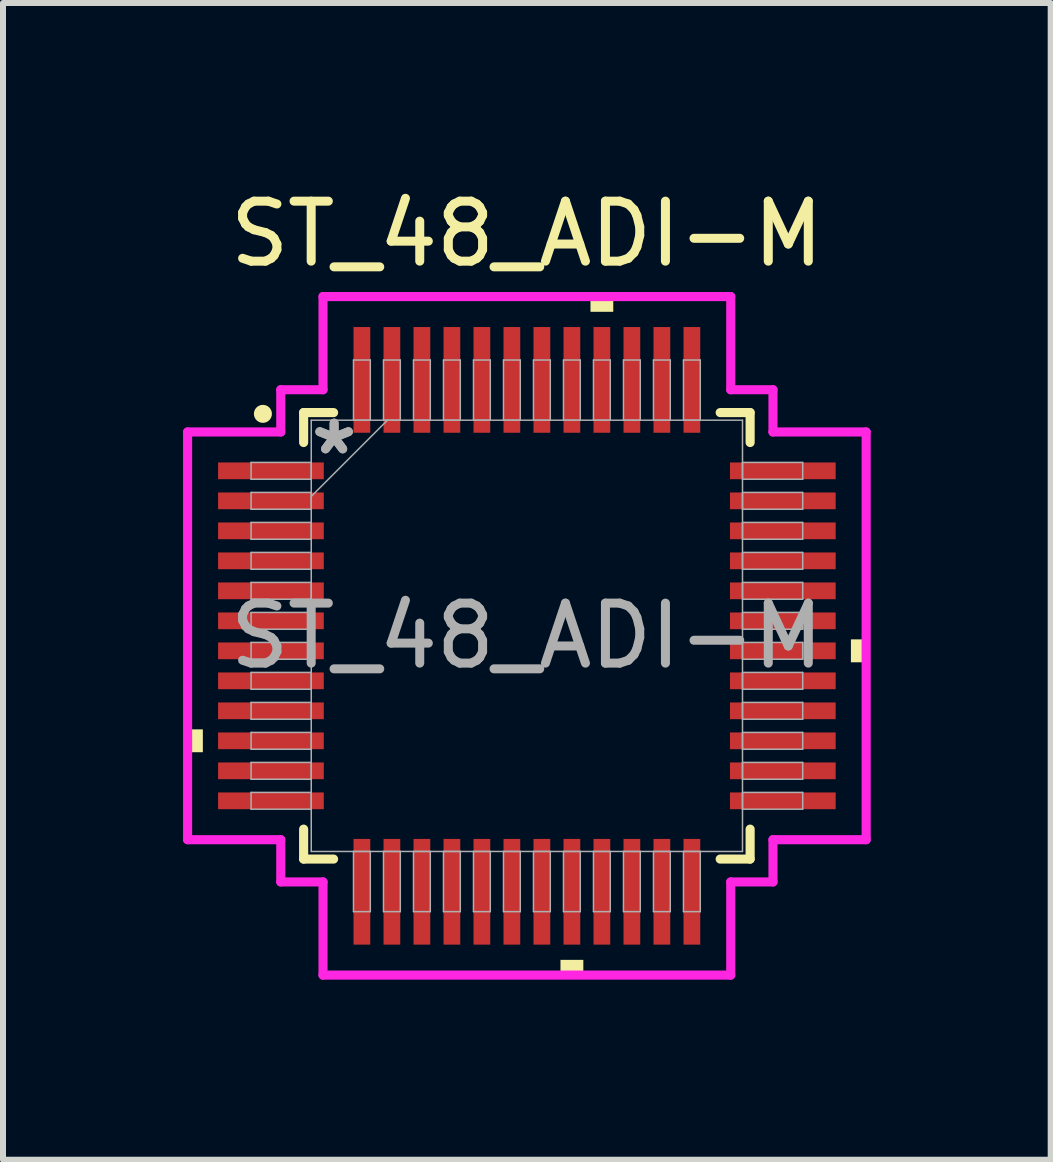
<source format=kicad_pcb>
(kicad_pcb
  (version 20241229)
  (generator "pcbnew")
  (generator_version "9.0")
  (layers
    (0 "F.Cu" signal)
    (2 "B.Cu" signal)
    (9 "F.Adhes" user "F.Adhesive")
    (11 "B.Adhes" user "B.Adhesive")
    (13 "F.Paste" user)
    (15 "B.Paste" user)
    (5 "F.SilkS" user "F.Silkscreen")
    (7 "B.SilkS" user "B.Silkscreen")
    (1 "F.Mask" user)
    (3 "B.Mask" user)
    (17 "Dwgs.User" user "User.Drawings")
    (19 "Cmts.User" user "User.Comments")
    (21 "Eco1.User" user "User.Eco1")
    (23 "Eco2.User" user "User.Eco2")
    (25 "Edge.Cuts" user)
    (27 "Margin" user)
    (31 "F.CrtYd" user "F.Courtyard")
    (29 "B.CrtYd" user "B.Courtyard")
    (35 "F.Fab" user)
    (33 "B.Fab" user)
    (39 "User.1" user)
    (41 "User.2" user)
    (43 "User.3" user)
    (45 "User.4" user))
  (footprint "ST_48_ADI-M"
    (layer "F.Cu")
    (at 5.732 7.548)
    (property "Reference" "ST_48_ADI-M" (at 0 -6.7 0) (unlocked yes) (layer "F.SilkS") (effects (font (size 1 1) (thickness 0.15))))
    (attr smd)
    (fp_line (start -3.721 -3.721) (end -3.721 -3.222) (stroke (width 0.152) (type solid)) (layer "F.SilkS"))
    (fp_line (start -3.721 3.222) (end -3.721 3.721) (stroke (width 0.152) (type solid)) (layer "F.SilkS"))
    (fp_line (start -3.721 3.721) (end -3.222 3.721) (stroke (width 0.152) (type solid)) (layer "F.SilkS"))
    (fp_line (start -3.222 -3.721) (end -3.721 -3.721) (stroke (width 0.152) (type solid)) (layer "F.SilkS"))
    (fp_line (start 3.222 3.721) (end 3.721 3.721) (stroke (width 0.152) (type solid)) (layer "F.SilkS"))
    (fp_line (start 3.721 -3.721) (end 3.222 -3.721) (stroke (width 0.152) (type solid)) (layer "F.SilkS"))
    (fp_line (start 3.721 -3.222) (end 3.721 -3.721) (stroke (width 0.152) (type solid)) (layer "F.SilkS"))
    (fp_line (start 3.721 3.721) (end 3.721 3.222) (stroke (width 0.152) (type solid)) (layer "F.SilkS"))
    (fp_circle (center -4.4 -3.7) (end -4.3 -3.7) (stroke (width 0.1) (type solid)) (fill yes) (layer "F.SilkS"))
    (fp_poly (pts (xy -5.655 1.559) (xy -5.655 1.94) (xy -5.401 1.94) (xy -5.401 1.559)) (stroke (width 0) (type solid)) (fill yes) (layer "F.SilkS"))
    (fp_poly (pts (xy 0.56 5.401) (xy 0.56 5.655) (xy 0.941 5.655) (xy 0.941 5.401)) (stroke (width 0) (type solid)) (fill yes) (layer "F.SilkS"))
    (fp_poly (pts (xy 1.06 -5.401) (xy 1.06 -5.655) (xy 1.44 -5.655) (xy 1.44 -5.401)) (stroke (width 0) (type solid)) (fill yes) (layer "F.SilkS"))
    (fp_poly (pts (xy 5.655 0.059) (xy 5.655 0.441) (xy 5.401 0.441) (xy 5.401 0.059)) (stroke (width 0) (type solid)) (fill yes) (layer "F.SilkS"))
    (fp_line (start -5.655 -3.398) (end -4.102 -3.398) (stroke (width 0.152) (type solid)) (layer "F.CrtYd"))
    (fp_line (start -5.655 3.398) (end -5.655 -3.398) (stroke (width 0.152) (type solid)) (layer "F.CrtYd"))
    (fp_line (start -4.102 -4.102) (end -3.398 -4.102) (stroke (width 0.152) (type solid)) (layer "F.CrtYd"))
    (fp_line (start -4.102 -3.398) (end -4.102 -4.102) (stroke (width 0.152) (type solid)) (layer "F.CrtYd"))
    (fp_line (start -4.102 3.398) (end -5.655 3.398) (stroke (width 0.152) (type solid)) (layer "F.CrtYd"))
    (fp_line (start -4.102 4.102) (end -4.102 3.398) (stroke (width 0.152) (type solid)) (layer "F.CrtYd"))
    (fp_line (start -4.102 4.102) (end -3.398 4.102) (stroke (width 0.152) (type solid)) (layer "F.CrtYd"))
    (fp_line (start -3.398 -5.655) (end 3.398 -5.655) (stroke (width 0.152) (type solid)) (layer "F.CrtYd"))
    (fp_line (start -3.398 -4.102) (end -3.398 -5.655) (stroke (width 0.152) (type solid)) (layer "F.CrtYd"))
    (fp_line (start -3.398 4.102) (end -3.398 5.655) (stroke (width 0.152) (type solid)) (layer "F.CrtYd"))
    (fp_line (start -3.398 5.655) (end 3.398 5.655) (stroke (width 0.152) (type solid)) (layer "F.CrtYd"))
    (fp_line (start 3.398 -5.655) (end 3.398 -4.102) (stroke (width 0.152) (type solid)) (layer "F.CrtYd"))
    (fp_line (start 3.398 -4.102) (end 4.102 -4.102) (stroke (width 0.152) (type solid)) (layer "F.CrtYd"))
    (fp_line (start 3.398 4.102) (end 4.102 4.102) (stroke (width 0.152) (type solid)) (layer "F.CrtYd"))
    (fp_line (start 3.398 5.655) (end 3.398 4.102) (stroke (width 0.152) (type solid)) (layer "F.CrtYd"))
    (fp_line (start 4.102 -3.398) (end 4.102 -4.102) (stroke (width 0.152) (type solid)) (layer "F.CrtYd"))
    (fp_line (start 4.102 3.398) (end 5.655 3.398) (stroke (width 0.152) (type solid)) (layer "F.CrtYd"))
    (fp_line (start 4.102 4.102) (end 4.102 3.398) (stroke (width 0.152) (type solid)) (layer "F.CrtYd"))
    (fp_line (start 5.655 -3.398) (end 4.102 -3.398) (stroke (width 0.152) (type solid)) (layer "F.CrtYd"))
    (fp_line (start 5.655 3.398) (end 5.655 -3.398) (stroke (width 0.152) (type solid)) (layer "F.CrtYd"))
    (fp_line (start -4.597 -2.89) (end -4.597 -2.61) (stroke (width 0.025) (type solid)) (layer "F.Fab"))
    (fp_line (start -4.597 -2.61) (end -3.594 -2.61) (stroke (width 0.025) (type solid)) (layer "F.Fab"))
    (fp_line (start -4.597 -2.39) (end -4.597 -2.11) (stroke (width 0.025) (type solid)) (layer "F.Fab"))
    (fp_line (start -4.597 -2.11) (end -3.594 -2.11) (stroke (width 0.025) (type solid)) (layer "F.Fab"))
    (fp_line (start -4.597 -1.89) (end -4.597 -1.61) (stroke (width 0.025) (type solid)) (layer "F.Fab"))
    (fp_line (start -4.597 -1.61) (end -3.594 -1.61) (stroke (width 0.025) (type solid)) (layer "F.Fab"))
    (fp_line (start -4.597 -1.39) (end -4.597 -1.11) (stroke (width 0.025) (type solid)) (layer "F.Fab"))
    (fp_line (start -4.597 -1.11) (end -3.594 -1.11) (stroke (width 0.025) (type solid)) (layer "F.Fab"))
    (fp_line (start -4.597 -0.89) (end -4.597 -0.61) (stroke (width 0.025) (type solid)) (layer "F.Fab"))
    (fp_line (start -4.597 -0.61) (end -3.594 -0.61) (stroke (width 0.025) (type solid)) (layer "F.Fab"))
    (fp_line (start -4.597 -0.39) (end -4.597 -0.11) (stroke (width 0.025) (type solid)) (layer "F.Fab"))
    (fp_line (start -4.597 -0.11) (end -3.594 -0.11) (stroke (width 0.025) (type solid)) (layer "F.Fab"))
    (fp_line (start -4.597 0.11) (end -4.597 0.39) (stroke (width 0.025) (type solid)) (layer "F.Fab"))
    (fp_line (start -4.597 0.39) (end -3.594 0.39) (stroke (width 0.025) (type solid)) (layer "F.Fab"))
    (fp_line (start -4.597 0.61) (end -4.597 0.89) (stroke (width 0.025) (type solid)) (layer "F.Fab"))
    (fp_line (start -4.597 0.89) (end -3.594 0.89) (stroke (width 0.025) (type solid)) (layer "F.Fab"))
    (fp_line (start -4.597 1.11) (end -4.597 1.39) (stroke (width 0.025) (type solid)) (layer "F.Fab"))
    (fp_line (start -4.597 1.39) (end -3.594 1.39) (stroke (width 0.025) (type solid)) (layer "F.Fab"))
    (fp_line (start -4.597 1.61) (end -4.597 1.89) (stroke (width 0.025) (type solid)) (layer "F.Fab"))
    (fp_line (start -4.597 1.89) (end -3.594 1.89) (stroke (width 0.025) (type solid)) (layer "F.Fab"))
    (fp_line (start -4.597 2.11) (end -4.597 2.39) (stroke (width 0.025) (type solid)) (layer "F.Fab"))
    (fp_line (start -4.597 2.39) (end -3.594 2.39) (stroke (width 0.025) (type solid)) (layer "F.Fab"))
    (fp_line (start -4.597 2.61) (end -4.597 2.89) (stroke (width 0.025) (type solid)) (layer "F.Fab"))
    (fp_line (start -4.597 2.89) (end -3.594 2.89) (stroke (width 0.025) (type solid)) (layer "F.Fab"))
    (fp_line (start -3.594 -3.594) (end -3.594 3.594) (stroke (width 0.025) (type solid)) (layer "F.Fab"))
    (fp_line (start -3.594 -2.89) (end -4.597 -2.89) (stroke (width 0.025) (type solid)) (layer "F.Fab"))
    (fp_line (start -3.594 -2.61) (end -3.594 -2.89) (stroke (width 0.025) (type solid)) (layer "F.Fab"))
    (fp_line (start -3.594 -2.39) (end -4.597 -2.39) (stroke (width 0.025) (type solid)) (layer "F.Fab"))
    (fp_line (start -3.594 -2.324) (end -2.324 -3.594) (stroke (width 0.025) (type solid)) (layer "F.Fab"))
    (fp_line (start -3.594 -2.11) (end -3.594 -2.39) (stroke (width 0.025) (type solid)) (layer "F.Fab"))
    (fp_line (start -3.594 -1.89) (end -4.597 -1.89) (stroke (width 0.025) (type solid)) (layer "F.Fab"))
    (fp_line (start -3.594 -1.61) (end -3.594 -1.89) (stroke (width 0.025) (type solid)) (layer "F.Fab"))
    (fp_line (start -3.594 -1.39) (end -4.597 -1.39) (stroke (width 0.025) (type solid)) (layer "F.Fab"))
    (fp_line (start -3.594 -1.11) (end -3.594 -1.39) (stroke (width 0.025) (type solid)) (layer "F.Fab"))
    (fp_line (start -3.594 -0.89) (end -4.597 -0.89) (stroke (width 0.025) (type solid)) (layer "F.Fab"))
    (fp_line (start -3.594 -0.61) (end -3.594 -0.89) (stroke (width 0.025) (type solid)) (layer "F.Fab"))
    (fp_line (start -3.594 -0.39) (end -4.597 -0.39) (stroke (width 0.025) (type solid)) (layer "F.Fab"))
    (fp_line (start -3.594 -0.11) (end -3.594 -0.39) (stroke (width 0.025) (type solid)) (layer "F.Fab"))
    (fp_line (start -3.594 0.11) (end -4.597 0.11) (stroke (width 0.025) (type solid)) (layer "F.Fab"))
    (fp_line (start -3.594 0.39) (end -3.594 0.11) (stroke (width 0.025) (type solid)) (layer "F.Fab"))
    (fp_line (start -3.594 0.61) (end -4.597 0.61) (stroke (width 0.025) (type solid)) (layer "F.Fab"))
    (fp_line (start -3.594 0.89) (end -3.594 0.61) (stroke (width 0.025) (type solid)) (layer "F.Fab"))
    (fp_line (start -3.594 1.11) (end -4.597 1.11) (stroke (width 0.025) (type solid)) (layer "F.Fab"))
    (fp_line (start -3.594 1.39) (end -3.594 1.11) (stroke (width 0.025) (type solid)) (layer "F.Fab"))
    (fp_line (start -3.594 1.61) (end -4.597 1.61) (stroke (width 0.025) (type solid)) (layer "F.Fab"))
    (fp_line (start -3.594 1.89) (end -3.594 1.61) (stroke (width 0.025) (type solid)) (layer "F.Fab"))
    (fp_line (start -3.594 2.11) (end -4.597 2.11) (stroke (width 0.025) (type solid)) (layer "F.Fab"))
    (fp_line (start -3.594 2.39) (end -3.594 2.11) (stroke (width 0.025) (type solid)) (layer "F.Fab"))
    (fp_line (start -3.594 2.61) (end -4.597 2.61) (stroke (width 0.025) (type solid)) (layer "F.Fab"))
    (fp_line (start -3.594 2.89) (end -3.594 2.61) (stroke (width 0.025) (type solid)) (layer "F.Fab"))
    (fp_line (start -3.594 3.594) (end 3.594 3.594) (stroke (width 0.025) (type solid)) (layer "F.Fab"))
    (fp_line (start -2.89 -4.597) (end -2.89 -3.594) (stroke (width 0.025) (type solid)) (layer "F.Fab"))
    (fp_line (start -2.89 -3.594) (end -2.61 -3.594) (stroke (width 0.025) (type solid)) (layer "F.Fab"))
    (fp_line (start -2.89 3.594) (end -2.89 4.597) (stroke (width 0.025) (type solid)) (layer "F.Fab"))
    (fp_line (start -2.89 4.597) (end -2.61 4.597) (stroke (width 0.025) (type solid)) (layer "F.Fab"))
    (fp_line (start -2.61 -4.597) (end -2.89 -4.597) (stroke (width 0.025) (type solid)) (layer "F.Fab"))
    (fp_line (start -2.61 -3.594) (end -2.61 -4.597) (stroke (width 0.025) (type solid)) (layer "F.Fab"))
    (fp_line (start -2.61 3.594) (end -2.89 3.594) (stroke (width 0.025) (type solid)) (layer "F.Fab"))
    (fp_line (start -2.61 4.597) (end -2.61 3.594) (stroke (width 0.025) (type solid)) (layer "F.Fab"))
    (fp_line (start -2.39 -4.597) (end -2.39 -3.594) (stroke (width 0.025) (type solid)) (layer "F.Fab"))
    (fp_line (start -2.39 -3.594) (end -2.11 -3.594) (stroke (width 0.025) (type solid)) (layer "F.Fab"))
    (fp_line (start -2.39 3.594) (end -2.39 4.597) (stroke (width 0.025) (type solid)) (layer "F.Fab"))
    (fp_line (start -2.39 4.597) (end -2.11 4.597) (stroke (width 0.025) (type solid)) (layer "F.Fab"))
    (fp_line (start -2.11 -4.597) (end -2.39 -4.597) (stroke (width 0.025) (type solid)) (layer "F.Fab"))
    (fp_line (start -2.11 -3.594) (end -2.11 -4.597) (stroke (width 0.025) (type solid)) (layer "F.Fab"))
    (fp_line (start -2.11 3.594) (end -2.39 3.594) (stroke (width 0.025) (type solid)) (layer "F.Fab"))
    (fp_line (start -2.11 4.597) (end -2.11 3.594) (stroke (width 0.025) (type solid)) (layer "F.Fab"))
    (fp_line (start -1.89 -4.597) (end -1.89 -3.594) (stroke (width 0.025) (type solid)) (layer "F.Fab"))
    (fp_line (start -1.89 -3.594) (end -1.61 -3.594) (stroke (width 0.025) (type solid)) (layer "F.Fab"))
    (fp_line (start -1.89 3.594) (end -1.89 4.597) (stroke (width 0.025) (type solid)) (layer "F.Fab"))
    (fp_line (start -1.89 4.597) (end -1.61 4.597) (stroke (width 0.025) (type solid)) (layer "F.Fab"))
    (fp_line (start -1.61 -4.597) (end -1.89 -4.597) (stroke (width 0.025) (type solid)) (layer "F.Fab"))
    (fp_line (start -1.61 -3.594) (end -1.61 -4.597) (stroke (width 0.025) (type solid)) (layer "F.Fab"))
    (fp_line (start -1.61 3.594) (end -1.89 3.594) (stroke (width 0.025) (type solid)) (layer "F.Fab"))
    (fp_line (start -1.61 4.597) (end -1.61 3.594) (stroke (width 0.025) (type solid)) (layer "F.Fab"))
    (fp_line (start -1.39 -4.597) (end -1.39 -3.594) (stroke (width 0.025) (type solid)) (layer "F.Fab"))
    (fp_line (start -1.39 -3.594) (end -1.11 -3.594) (stroke (width 0.025) (type solid)) (layer "F.Fab"))
    (fp_line (start -1.39 3.594) (end -1.39 4.597) (stroke (width 0.025) (type solid)) (layer "F.Fab"))
    (fp_line (start -1.39 4.597) (end -1.11 4.597) (stroke (width 0.025) (type solid)) (layer "F.Fab"))
    (fp_line (start -1.11 -4.597) (end -1.39 -4.597) (stroke (width 0.025) (type solid)) (layer "F.Fab"))
    (fp_line (start -1.11 -3.594) (end -1.11 -4.597) (stroke (width 0.025) (type solid)) (layer "F.Fab"))
    (fp_line (start -1.11 3.594) (end -1.39 3.594) (stroke (width 0.025) (type solid)) (layer "F.Fab"))
    (fp_line (start -1.11 4.597) (end -1.11 3.594) (stroke (width 0.025) (type solid)) (layer "F.Fab"))
    (fp_line (start -0.89 -4.597) (end -0.89 -3.594) (stroke (width 0.025) (type solid)) (layer "F.Fab"))
    (fp_line (start -0.89 -3.594) (end -0.61 -3.594) (stroke (width 0.025) (type solid)) (layer "F.Fab"))
    (fp_line (start -0.89 3.594) (end -0.89 4.597) (stroke (width 0.025) (type solid)) (layer "F.Fab"))
    (fp_line (start -0.89 4.597) (end -0.61 4.597) (stroke (width 0.025) (type solid)) (layer "F.Fab"))
    (fp_line (start -0.61 -4.597) (end -0.89 -4.597) (stroke (width 0.025) (type solid)) (layer "F.Fab"))
    (fp_line (start -0.61 -3.594) (end -0.61 -4.597) (stroke (width 0.025) (type solid)) (layer "F.Fab"))
    (fp_line (start -0.61 3.594) (end -0.89 3.594) (stroke (width 0.025) (type solid)) (layer "F.Fab"))
    (fp_line (start -0.61 4.597) (end -0.61 3.594) (stroke (width 0.025) (type solid)) (layer "F.Fab"))
    (fp_line (start -0.39 -4.597) (end -0.39 -3.594) (stroke (width 0.025) (type solid)) (layer "F.Fab"))
    (fp_line (start -0.39 -3.594) (end -0.11 -3.594) (stroke (width 0.025) (type solid)) (layer "F.Fab"))
    (fp_line (start -0.39 3.594) (end -0.39 4.597) (stroke (width 0.025) (type solid)) (layer "F.Fab"))
    (fp_line (start -0.39 4.597) (end -0.11 4.597) (stroke (width 0.025) (type solid)) (layer "F.Fab"))
    (fp_line (start -0.11 -4.597) (end -0.39 -4.597) (stroke (width 0.025) (type solid)) (layer "F.Fab"))
    (fp_line (start -0.11 -3.594) (end -0.11 -4.597) (stroke (width 0.025) (type solid)) (layer "F.Fab"))
    (fp_line (start -0.11 3.594) (end -0.39 3.594) (stroke (width 0.025) (type solid)) (layer "F.Fab"))
    (fp_line (start -0.11 4.597) (end -0.11 3.594) (stroke (width 0.025) (type solid)) (layer "F.Fab"))
    (fp_line (start 0.11 -4.597) (end 0.11 -3.594) (stroke (width 0.025) (type solid)) (layer "F.Fab"))
    (fp_line (start 0.11 -3.594) (end 0.39 -3.594) (stroke (width 0.025) (type solid)) (layer "F.Fab"))
    (fp_line (start 0.11 3.594) (end 0.11 4.597) (stroke (width 0.025) (type solid)) (layer "F.Fab"))
    (fp_line (start 0.11 4.597) (end 0.39 4.597) (stroke (width 0.025) (type solid)) (layer "F.Fab"))
    (fp_line (start 0.39 -4.597) (end 0.11 -4.597) (stroke (width 0.025) (type solid)) (layer "F.Fab"))
    (fp_line (start 0.39 -3.594) (end 0.39 -4.597) (stroke (width 0.025) (type solid)) (layer "F.Fab"))
    (fp_line (start 0.39 3.594) (end 0.11 3.594) (stroke (width 0.025) (type solid)) (layer "F.Fab"))
    (fp_line (start 0.39 4.597) (end 0.39 3.594) (stroke (width 0.025) (type solid)) (layer "F.Fab"))
    (fp_line (start 0.61 -4.597) (end 0.61 -3.594) (stroke (width 0.025) (type solid)) (layer "F.Fab"))
    (fp_line (start 0.61 -3.594) (end 0.89 -3.594) (stroke (width 0.025) (type solid)) (layer "F.Fab"))
    (fp_line (start 0.61 3.594) (end 0.61 4.597) (stroke (width 0.025) (type solid)) (layer "F.Fab"))
    (fp_line (start 0.61 4.597) (end 0.89 4.597) (stroke (width 0.025) (type solid)) (layer "F.Fab"))
    (fp_line (start 0.89 -4.597) (end 0.61 -4.597) (stroke (width 0.025) (type solid)) (layer "F.Fab"))
    (fp_line (start 0.89 -3.594) (end 0.89 -4.597) (stroke (width 0.025) (type solid)) (layer "F.Fab"))
    (fp_line (start 0.89 3.594) (end 0.61 3.594) (stroke (width 0.025) (type solid)) (layer "F.Fab"))
    (fp_line (start 0.89 4.597) (end 0.89 3.594) (stroke (width 0.025) (type solid)) (layer "F.Fab"))
    (fp_line (start 1.11 -4.597) (end 1.11 -3.594) (stroke (width 0.025) (type solid)) (layer "F.Fab"))
    (fp_line (start 1.11 -3.594) (end 1.39 -3.594) (stroke (width 0.025) (type solid)) (layer "F.Fab"))
    (fp_line (start 1.11 3.594) (end 1.11 4.597) (stroke (width 0.025) (type solid)) (layer "F.Fab"))
    (fp_line (start 1.11 4.597) (end 1.39 4.597) (stroke (width 0.025) (type solid)) (layer "F.Fab"))
    (fp_line (start 1.39 -4.597) (end 1.11 -4.597) (stroke (width 0.025) (type solid)) (layer "F.Fab"))
    (fp_line (start 1.39 -3.594) (end 1.39 -4.597) (stroke (width 0.025) (type solid)) (layer "F.Fab"))
    (fp_line (start 1.39 3.594) (end 1.11 3.594) (stroke (width 0.025) (type solid)) (layer "F.Fab"))
    (fp_line (start 1.39 4.597) (end 1.39 3.594) (stroke (width 0.025) (type solid)) (layer "F.Fab"))
    (fp_line (start 1.61 -4.597) (end 1.61 -3.594) (stroke (width 0.025) (type solid)) (layer "F.Fab"))
    (fp_line (start 1.61 -3.594) (end 1.89 -3.594) (stroke (width 0.025) (type solid)) (layer "F.Fab"))
    (fp_line (start 1.61 3.594) (end 1.61 4.597) (stroke (width 0.025) (type solid)) (layer "F.Fab"))
    (fp_line (start 1.61 4.597) (end 1.89 4.597) (stroke (width 0.025) (type solid)) (layer "F.Fab"))
    (fp_line (start 1.89 -4.597) (end 1.61 -4.597) (stroke (width 0.025) (type solid)) (layer "F.Fab"))
    (fp_line (start 1.89 -3.594) (end 1.89 -4.597) (stroke (width 0.025) (type solid)) (layer "F.Fab"))
    (fp_line (start 1.89 3.594) (end 1.61 3.594) (stroke (width 0.025) (type solid)) (layer "F.Fab"))
    (fp_line (start 1.89 4.597) (end 1.89 3.594) (stroke (width 0.025) (type solid)) (layer "F.Fab"))
    (fp_line (start 2.11 -4.597) (end 2.11 -3.594) (stroke (width 0.025) (type solid)) (layer "F.Fab"))
    (fp_line (start 2.11 -3.594) (end 2.39 -3.594) (stroke (width 0.025) (type solid)) (layer "F.Fab"))
    (fp_line (start 2.11 3.594) (end 2.11 4.597) (stroke (width 0.025) (type solid)) (layer "F.Fab"))
    (fp_line (start 2.11 4.597) (end 2.39 4.597) (stroke (width 0.025) (type solid)) (layer "F.Fab"))
    (fp_line (start 2.39 -4.597) (end 2.11 -4.597) (stroke (width 0.025) (type solid)) (layer "F.Fab"))
    (fp_line (start 2.39 -3.594) (end 2.39 -4.597) (stroke (width 0.025) (type solid)) (layer "F.Fab"))
    (fp_line (start 2.39 3.594) (end 2.11 3.594) (stroke (width 0.025) (type solid)) (layer "F.Fab"))
    (fp_line (start 2.39 4.597) (end 2.39 3.594) (stroke (width 0.025) (type solid)) (layer "F.Fab"))
    (fp_line (start 2.61 -4.597) (end 2.61 -3.594) (stroke (width 0.025) (type solid)) (layer "F.Fab"))
    (fp_line (start 2.61 -3.594) (end 2.89 -3.594) (stroke (width 0.025) (type solid)) (layer "F.Fab"))
    (fp_line (start 2.61 3.594) (end 2.61 4.597) (stroke (width 0.025) (type solid)) (layer "F.Fab"))
    (fp_line (start 2.61 4.597) (end 2.89 4.597) (stroke (width 0.025) (type solid)) (layer "F.Fab"))
    (fp_line (start 2.89 -4.597) (end 2.61 -4.597) (stroke (width 0.025) (type solid)) (layer "F.Fab"))
    (fp_line (start 2.89 -3.594) (end 2.89 -4.597) (stroke (width 0.025) (type solid)) (layer "F.Fab"))
    (fp_line (start 2.89 3.594) (end 2.61 3.594) (stroke (width 0.025) (type solid)) (layer "F.Fab"))
    (fp_line (start 2.89 4.597) (end 2.89 3.594) (stroke (width 0.025) (type solid)) (layer "F.Fab"))
    (fp_line (start 3.594 -3.594) (end -3.594 -3.594) (stroke (width 0.025) (type solid)) (layer "F.Fab"))
    (fp_line (start 3.594 -2.89) (end 3.594 -2.61) (stroke (width 0.025) (type solid)) (layer "F.Fab"))
    (fp_line (start 3.594 -2.61) (end 4.597 -2.61) (stroke (width 0.025) (type solid)) (layer "F.Fab"))
    (fp_line (start 3.594 -2.39) (end 3.594 -2.11) (stroke (width 0.025) (type solid)) (layer "F.Fab"))
    (fp_line (start 3.594 -2.11) (end 4.597 -2.11) (stroke (width 0.025) (type solid)) (layer "F.Fab"))
    (fp_line (start 3.594 -1.89) (end 3.594 -1.61) (stroke (width 0.025) (type solid)) (layer "F.Fab"))
    (fp_line (start 3.594 -1.61) (end 4.597 -1.61) (stroke (width 0.025) (type solid)) (layer "F.Fab"))
    (fp_line (start 3.594 -1.39) (end 3.594 -1.11) (stroke (width 0.025) (type solid)) (layer "F.Fab"))
    (fp_line (start 3.594 -1.11) (end 4.597 -1.11) (stroke (width 0.025) (type solid)) (layer "F.Fab"))
    (fp_line (start 3.594 -0.89) (end 3.594 -0.61) (stroke (width 0.025) (type solid)) (layer "F.Fab"))
    (fp_line (start 3.594 -0.61) (end 4.597 -0.61) (stroke (width 0.025) (type solid)) (layer "F.Fab"))
    (fp_line (start 3.594 -0.39) (end 3.594 -0.11) (stroke (width 0.025) (type solid)) (layer "F.Fab"))
    (fp_line (start 3.594 -0.11) (end 4.597 -0.11) (stroke (width 0.025) (type solid)) (layer "F.Fab"))
    (fp_line (start 3.594 0.11) (end 3.594 0.39) (stroke (width 0.025) (type solid)) (layer "F.Fab"))
    (fp_line (start 3.594 0.39) (end 4.597 0.39) (stroke (width 0.025) (type solid)) (layer "F.Fab"))
    (fp_line (start 3.594 0.61) (end 3.594 0.89) (stroke (width 0.025) (type solid)) (layer "F.Fab"))
    (fp_line (start 3.594 0.89) (end 4.597 0.89) (stroke (width 0.025) (type solid)) (layer "F.Fab"))
    (fp_line (start 3.594 1.11) (end 3.594 1.39) (stroke (width 0.025) (type solid)) (layer "F.Fab"))
    (fp_line (start 3.594 1.39) (end 4.597 1.39) (stroke (width 0.025) (type solid)) (layer "F.Fab"))
    (fp_line (start 3.594 1.61) (end 3.594 1.89) (stroke (width 0.025) (type solid)) (layer "F.Fab"))
    (fp_line (start 3.594 1.89) (end 4.597 1.89) (stroke (width 0.025) (type solid)) (layer "F.Fab"))
    (fp_line (start 3.594 2.11) (end 3.594 2.39) (stroke (width 0.025) (type solid)) (layer "F.Fab"))
    (fp_line (start 3.594 2.39) (end 4.597 2.39) (stroke (width 0.025) (type solid)) (layer "F.Fab"))
    (fp_line (start 3.594 2.61) (end 3.594 2.89) (stroke (width 0.025) (type solid)) (layer "F.Fab"))
    (fp_line (start 3.594 2.89) (end 4.597 2.89) (stroke (width 0.025) (type solid)) (layer "F.Fab"))
    (fp_line (start 3.594 3.594) (end 3.594 -3.594) (stroke (width 0.025) (type solid)) (layer "F.Fab"))
    (fp_line (start 4.597 -2.89) (end 3.594 -2.89) (stroke (width 0.025) (type solid)) (layer "F.Fab"))
    (fp_line (start 4.597 -2.61) (end 4.597 -2.89) (stroke (width 0.025) (type solid)) (layer "F.Fab"))
    (fp_line (start 4.597 -2.39) (end 3.594 -2.39) (stroke (width 0.025) (type solid)) (layer "F.Fab"))
    (fp_line (start 4.597 -2.11) (end 4.597 -2.39) (stroke (width 0.025) (type solid)) (layer "F.Fab"))
    (fp_line (start 4.597 -1.89) (end 3.594 -1.89) (stroke (width 0.025) (type solid)) (layer "F.Fab"))
    (fp_line (start 4.597 -1.61) (end 4.597 -1.89) (stroke (width 0.025) (type solid)) (layer "F.Fab"))
    (fp_line (start 4.597 -1.39) (end 3.594 -1.39) (stroke (width 0.025) (type solid)) (layer "F.Fab"))
    (fp_line (start 4.597 -1.11) (end 4.597 -1.39) (stroke (width 0.025) (type solid)) (layer "F.Fab"))
    (fp_line (start 4.597 -0.89) (end 3.594 -0.89) (stroke (width 0.025) (type solid)) (layer "F.Fab"))
    (fp_line (start 4.597 -0.61) (end 4.597 -0.89) (stroke (width 0.025) (type solid)) (layer "F.Fab"))
    (fp_line (start 4.597 -0.39) (end 3.594 -0.39) (stroke (width 0.025) (type solid)) (layer "F.Fab"))
    (fp_line (start 4.597 -0.11) (end 4.597 -0.39) (stroke (width 0.025) (type solid)) (layer "F.Fab"))
    (fp_line (start 4.597 0.11) (end 3.594 0.11) (stroke (width 0.025) (type solid)) (layer "F.Fab"))
    (fp_line (start 4.597 0.39) (end 4.597 0.11) (stroke (width 0.025) (type solid)) (layer "F.Fab"))
    (fp_line (start 4.597 0.61) (end 3.594 0.61) (stroke (width 0.025) (type solid)) (layer "F.Fab"))
    (fp_line (start 4.597 0.89) (end 4.597 0.61) (stroke (width 0.025) (type solid)) (layer "F.Fab"))
    (fp_line (start 4.597 1.11) (end 3.594 1.11) (stroke (width 0.025) (type solid)) (layer "F.Fab"))
    (fp_line (start 4.597 1.39) (end 4.597 1.11) (stroke (width 0.025) (type solid)) (layer "F.Fab"))
    (fp_line (start 4.597 1.61) (end 3.594 1.61) (stroke (width 0.025) (type solid)) (layer "F.Fab"))
    (fp_line (start 4.597 1.89) (end 4.597 1.61) (stroke (width 0.025) (type solid)) (layer "F.Fab"))
    (fp_line (start 4.597 2.11) (end 3.594 2.11) (stroke (width 0.025) (type solid)) (layer "F.Fab"))
    (fp_line (start 4.597 2.39) (end 4.597 2.11) (stroke (width 0.025) (type solid)) (layer "F.Fab"))
    (fp_line (start 4.597 2.61) (end 3.594 2.61) (stroke (width 0.025) (type solid)) (layer "F.Fab"))
    (fp_line (start 4.597 2.89) (end 4.597 2.61) (stroke (width 0.025) (type solid)) (layer "F.Fab"))
    (fp_text user "*" (at -3.213 -3 0) (layer "F.Fab") (effects (font (size 1 1) (thickness 0.15))))
    (fp_text user "*" (at -3.213 -3 0) (unlocked yes) (layer "F.Fab") (effects (font (size 1 1) (thickness 0.15))))
    (fp_text user "${REFERENCE}" (at 0 0 0) (unlocked yes) (layer "F.Fab") (effects (font (size 1 1) (thickness 0.15))))
    (pad "1" smd rect (at -4.266 -2.75 90) (size 0.279 1.762) (layers "F.Cu" "F.Mask" "F.Paste"))
    (pad "2" smd rect (at -4.266 -2.25 90) (size 0.279 1.762) (layers "F.Cu" "F.Mask" "F.Paste"))
    (pad "3" smd rect (at -4.266 -1.75 90) (size 0.279 1.762) (layers "F.Cu" "F.Mask" "F.Paste"))
    (pad "4" smd rect (at -4.266 -1.25 90) (size 0.279 1.762) (layers "F.Cu" "F.Mask" "F.Paste"))
    (pad "5" smd rect (at -4.266 -0.75 90) (size 0.279 1.762) (layers "F.Cu" "F.Mask" "F.Paste"))
    (pad "6" smd rect (at -4.266 -0.25 90) (size 0.279 1.762) (layers "F.Cu" "F.Mask" "F.Paste"))
    (pad "7" smd rect (at -4.266 0.25 90) (size 0.279 1.762) (layers "F.Cu" "F.Mask" "F.Paste"))
    (pad "8" smd rect (at -4.266 0.75 90) (size 0.279 1.762) (layers "F.Cu" "F.Mask" "F.Paste"))
    (pad "9" smd rect (at -4.266 1.25 90) (size 0.279 1.762) (layers "F.Cu" "F.Mask" "F.Paste"))
    (pad "10" smd rect (at -4.266 1.75 90) (size 0.279 1.762) (layers "F.Cu" "F.Mask" "F.Paste"))
    (pad "11" smd rect (at -4.266 2.25 90) (size 0.279 1.762) (layers "F.Cu" "F.Mask" "F.Paste"))
    (pad "12" smd rect (at -4.266 2.75 90) (size 0.279 1.762) (layers "F.Cu" "F.Mask" "F.Paste"))
    (pad "13" smd rect (at -2.75 4.266) (size 0.279 1.762) (layers "F.Cu" "F.Mask" "F.Paste"))
    (pad "14" smd rect (at -2.25 4.266) (size 0.279 1.762) (layers "F.Cu" "F.Mask" "F.Paste"))
    (pad "15" smd rect (at -1.75 4.266) (size 0.279 1.762) (layers "F.Cu" "F.Mask" "F.Paste"))
    (pad "16" smd rect (at -1.25 4.266) (size 0.279 1.762) (layers "F.Cu" "F.Mask" "F.Paste"))
    (pad "17" smd rect (at -0.75 4.266) (size 0.279 1.762) (layers "F.Cu" "F.Mask" "F.Paste"))
    (pad "18" smd rect (at -0.25 4.266) (size 0.279 1.762) (layers "F.Cu" "F.Mask" "F.Paste"))
    (pad "19" smd rect (at 0.25 4.266) (size 0.279 1.762) (layers "F.Cu" "F.Mask" "F.Paste"))
    (pad "20" smd rect (at 0.75 4.266) (size 0.279 1.762) (layers "F.Cu" "F.Mask" "F.Paste"))
    (pad "21" smd rect (at 1.25 4.266) (size 0.279 1.762) (layers "F.Cu" "F.Mask" "F.Paste"))
    (pad "22" smd rect (at 1.75 4.266) (size 0.279 1.762) (layers "F.Cu" "F.Mask" "F.Paste"))
    (pad "23" smd rect (at 2.25 4.266) (size 0.279 1.762) (layers "F.Cu" "F.Mask" "F.Paste"))
    (pad "24" smd rect (at 2.75 4.266) (size 0.279 1.762) (layers "F.Cu" "F.Mask" "F.Paste"))
    (pad "25" smd rect (at 4.266 2.75 90) (size 0.279 1.762) (layers "F.Cu" "F.Mask" "F.Paste"))
    (pad "26" smd rect (at 4.266 2.25 90) (size 0.279 1.762) (layers "F.Cu" "F.Mask" "F.Paste"))
    (pad "27" smd rect (at 4.266 1.75 90) (size 0.279 1.762) (layers "F.Cu" "F.Mask" "F.Paste"))
    (pad "28" smd rect (at 4.266 1.25 90) (size 0.279 1.762) (layers "F.Cu" "F.Mask" "F.Paste"))
    (pad "29" smd rect (at 4.266 0.75 90) (size 0.279 1.762) (layers "F.Cu" "F.Mask" "F.Paste"))
    (pad "30" smd rect (at 4.266 0.25 90) (size 0.279 1.762) (layers "F.Cu" "F.Mask" "F.Paste"))
    (pad "31" smd rect (at 4.266 -0.25 90) (size 0.279 1.762) (layers "F.Cu" "F.Mask" "F.Paste"))
    (pad "32" smd rect (at 4.266 -0.75 90) (size 0.279 1.762) (layers "F.Cu" "F.Mask" "F.Paste"))
    (pad "33" smd rect (at 4.266 -1.25 90) (size 0.279 1.762) (layers "F.Cu" "F.Mask" "F.Paste"))
    (pad "34" smd rect (at 4.266 -1.75 90) (size 0.279 1.762) (layers "F.Cu" "F.Mask" "F.Paste"))
    (pad "35" smd rect (at 4.266 -2.25 90) (size 0.279 1.762) (layers "F.Cu" "F.Mask" "F.Paste"))
    (pad "36" smd rect (at 4.266 -2.75 90) (size 0.279 1.762) (layers "F.Cu" "F.Mask" "F.Paste"))
    (pad "37" smd rect (at 2.75 -4.266) (size 0.279 1.762) (layers "F.Cu" "F.Mask" "F.Paste"))
    (pad "38" smd rect (at 2.25 -4.266) (size 0.279 1.762) (layers "F.Cu" "F.Mask" "F.Paste"))
    (pad "39" smd rect (at 1.75 -4.266) (size 0.279 1.762) (layers "F.Cu" "F.Mask" "F.Paste"))
    (pad "40" smd rect (at 1.25 -4.266) (size 0.279 1.762) (layers "F.Cu" "F.Mask" "F.Paste"))
    (pad "41" smd rect (at 0.75 -4.266) (size 0.279 1.762) (layers "F.Cu" "F.Mask" "F.Paste"))
    (pad "42" smd rect (at 0.25 -4.266) (size 0.279 1.762) (layers "F.Cu" "F.Mask" "F.Paste"))
    (pad "43" smd rect (at -0.25 -4.266) (size 0.279 1.762) (layers "F.Cu" "F.Mask" "F.Paste"))
    (pad "44" smd rect (at -0.75 -4.266) (size 0.279 1.762) (layers "F.Cu" "F.Mask" "F.Paste"))
    (pad "45" smd rect (at -1.25 -4.266) (size 0.279 1.762) (layers "F.Cu" "F.Mask" "F.Paste"))
    (pad "46" smd rect (at -1.75 -4.266) (size 0.279 1.762) (layers "F.Cu" "F.Mask" "F.Paste"))
    (pad "47" smd rect (at -2.25 -4.266) (size 0.279 1.762) (layers "F.Cu" "F.Mask" "F.Paste"))
    (pad "48" smd rect (at -2.75 -4.266) (size 0.279 1.762) (layers "F.Cu" "F.Mask" "F.Paste")))
  (gr_rect
    (start -3 -3)
    (end 14.463 16.28)
    (stroke (width 0.1) (type default))
    (fill no)
    (layer "Edge.Cuts")))
</source>
